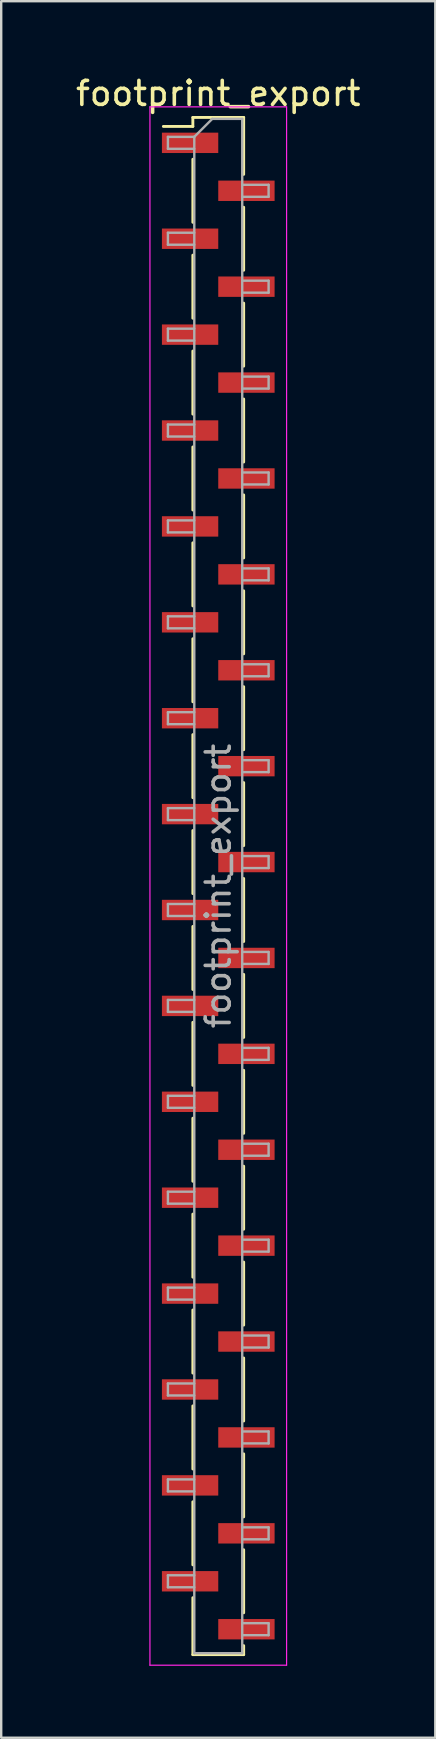
<source format=kicad_pcb>
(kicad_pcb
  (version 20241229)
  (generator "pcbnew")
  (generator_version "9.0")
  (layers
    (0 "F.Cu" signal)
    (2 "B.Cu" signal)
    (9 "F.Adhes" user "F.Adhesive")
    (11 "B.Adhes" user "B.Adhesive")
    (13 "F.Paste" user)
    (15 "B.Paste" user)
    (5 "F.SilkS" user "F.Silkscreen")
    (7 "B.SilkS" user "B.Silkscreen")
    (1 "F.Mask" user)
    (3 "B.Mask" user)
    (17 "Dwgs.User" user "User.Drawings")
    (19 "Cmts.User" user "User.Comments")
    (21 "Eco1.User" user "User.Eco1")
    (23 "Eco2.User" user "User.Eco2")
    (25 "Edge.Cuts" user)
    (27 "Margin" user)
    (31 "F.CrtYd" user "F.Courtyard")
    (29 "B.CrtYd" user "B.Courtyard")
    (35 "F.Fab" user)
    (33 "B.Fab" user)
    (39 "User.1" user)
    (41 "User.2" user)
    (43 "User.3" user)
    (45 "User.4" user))
  (footprint "footprint_export"
    (layer "F.Cu")
    (at 6.054 33.908)
    (property "Reference" "footprint_export" (at 0 -33.06 0) (layer "F.SilkS") (effects (font (size 1 1) (thickness 0.15))))
    (attr smd)
    (fp_line (start -1.06 -32.06) (end -1.06 -31.685) (stroke (width 0.12) (type solid)) (layer "F.SilkS"))
    (fp_line (start -1.06 -32.06) (end 1.06 -32.06) (stroke (width 0.12) (type solid)) (layer "F.SilkS"))
    (fp_line (start -1.06 -31.685) (end -2.29 -31.685) (stroke (width 0.12) (type solid)) (layer "F.SilkS"))
    (fp_line (start -1.06 -30.315) (end -1.06 -27.685) (stroke (width 0.12) (type solid)) (layer "F.SilkS"))
    (fp_line (start -1.06 -26.315) (end -1.06 -23.685) (stroke (width 0.12) (type solid)) (layer "F.SilkS"))
    (fp_line (start -1.06 -22.315) (end -1.06 -19.685) (stroke (width 0.12) (type solid)) (layer "F.SilkS"))
    (fp_line (start -1.06 -18.315) (end -1.06 -15.685) (stroke (width 0.12) (type solid)) (layer "F.SilkS"))
    (fp_line (start -1.06 -14.315) (end -1.06 -11.685) (stroke (width 0.12) (type solid)) (layer "F.SilkS"))
    (fp_line (start -1.06 -10.315) (end -1.06 -7.685) (stroke (width 0.12) (type solid)) (layer "F.SilkS"))
    (fp_line (start -1.06 -6.315) (end -1.06 -3.685) (stroke (width 0.12) (type solid)) (layer "F.SilkS"))
    (fp_line (start -1.06 -2.315) (end -1.06 0.315) (stroke (width 0.12) (type solid)) (layer "F.SilkS"))
    (fp_line (start -1.06 1.685) (end -1.06 4.315) (stroke (width 0.12) (type solid)) (layer "F.SilkS"))
    (fp_line (start -1.06 5.685) (end -1.06 8.315) (stroke (width 0.12) (type solid)) (layer "F.SilkS"))
    (fp_line (start -1.06 9.685) (end -1.06 12.315) (stroke (width 0.12) (type solid)) (layer "F.SilkS"))
    (fp_line (start -1.06 13.685) (end -1.06 16.315) (stroke (width 0.12) (type solid)) (layer "F.SilkS"))
    (fp_line (start -1.06 17.685) (end -1.06 20.315) (stroke (width 0.12) (type solid)) (layer "F.SilkS"))
    (fp_line (start -1.06 21.685) (end -1.06 24.315) (stroke (width 0.12) (type solid)) (layer "F.SilkS"))
    (fp_line (start -1.06 25.685) (end -1.06 28.315) (stroke (width 0.12) (type solid)) (layer "F.SilkS"))
    (fp_line (start -1.06 29.685) (end -1.06 32.06) (stroke (width 0.12) (type solid)) (layer "F.SilkS"))
    (fp_line (start -1.06 32.06) (end 1.06 32.06) (stroke (width 0.12) (type solid)) (layer "F.SilkS"))
    (fp_line (start 1.06 -32.06) (end 1.06 -29.685) (stroke (width 0.12) (type solid)) (layer "F.SilkS"))
    (fp_line (start 1.06 -28.315) (end 1.06 -25.685) (stroke (width 0.12) (type solid)) (layer "F.SilkS"))
    (fp_line (start 1.06 -24.315) (end 1.06 -21.685) (stroke (width 0.12) (type solid)) (layer "F.SilkS"))
    (fp_line (start 1.06 -20.315) (end 1.06 -17.685) (stroke (width 0.12) (type solid)) (layer "F.SilkS"))
    (fp_line (start 1.06 -16.315) (end 1.06 -13.685) (stroke (width 0.12) (type solid)) (layer "F.SilkS"))
    (fp_line (start 1.06 -12.315) (end 1.06 -9.685) (stroke (width 0.12) (type solid)) (layer "F.SilkS"))
    (fp_line (start 1.06 -8.315) (end 1.06 -5.685) (stroke (width 0.12) (type solid)) (layer "F.SilkS"))
    (fp_line (start 1.06 -4.315) (end 1.06 -1.685) (stroke (width 0.12) (type solid)) (layer "F.SilkS"))
    (fp_line (start 1.06 -0.315) (end 1.06 2.315) (stroke (width 0.12) (type solid)) (layer "F.SilkS"))
    (fp_line (start 1.06 3.685) (end 1.06 6.315) (stroke (width 0.12) (type solid)) (layer "F.SilkS"))
    (fp_line (start 1.06 7.685) (end 1.06 10.315) (stroke (width 0.12) (type solid)) (layer "F.SilkS"))
    (fp_line (start 1.06 11.685) (end 1.06 14.315) (stroke (width 0.12) (type solid)) (layer "F.SilkS"))
    (fp_line (start 1.06 15.685) (end 1.06 18.315) (stroke (width 0.12) (type solid)) (layer "F.SilkS"))
    (fp_line (start 1.06 19.685) (end 1.06 22.315) (stroke (width 0.12) (type solid)) (layer "F.SilkS"))
    (fp_line (start 1.06 23.685) (end 1.06 26.315) (stroke (width 0.12) (type solid)) (layer "F.SilkS"))
    (fp_line (start 1.06 27.685) (end 1.06 30.315) (stroke (width 0.12) (type solid)) (layer "F.SilkS"))
    (fp_line (start 1.06 31.685) (end 1.06 32.06) (stroke (width 0.12) (type solid)) (layer "F.SilkS"))
    (fp_line (start -2.85 -32.5) (end -2.85 32.5) (stroke (width 0.05) (type solid)) (layer "F.CrtYd"))
    (fp_line (start -2.85 32.5) (end 2.85 32.5) (stroke (width 0.05) (type solid)) (layer "F.CrtYd"))
    (fp_line (start 2.85 -32.5) (end -2.85 -32.5) (stroke (width 0.05) (type solid)) (layer "F.CrtYd"))
    (fp_line (start 2.85 32.5) (end 2.85 -32.5) (stroke (width 0.05) (type solid)) (layer "F.CrtYd"))
    (fp_line (start -2.1 -31.25) (end -2.1 -30.75) (stroke (width 0.1) (type solid)) (layer "F.Fab"))
    (fp_line (start -2.1 -30.75) (end -1 -30.75) (stroke (width 0.1) (type solid)) (layer "F.Fab"))
    (fp_line (start -2.1 -27.25) (end -2.1 -26.75) (stroke (width 0.1) (type solid)) (layer "F.Fab"))
    (fp_line (start -2.1 -26.75) (end -1 -26.75) (stroke (width 0.1) (type solid)) (layer "F.Fab"))
    (fp_line (start -2.1 -23.25) (end -2.1 -22.75) (stroke (width 0.1) (type solid)) (layer "F.Fab"))
    (fp_line (start -2.1 -22.75) (end -1 -22.75) (stroke (width 0.1) (type solid)) (layer "F.Fab"))
    (fp_line (start -2.1 -19.25) (end -2.1 -18.75) (stroke (width 0.1) (type solid)) (layer "F.Fab"))
    (fp_line (start -2.1 -18.75) (end -1 -18.75) (stroke (width 0.1) (type solid)) (layer "F.Fab"))
    (fp_line (start -2.1 -15.25) (end -2.1 -14.75) (stroke (width 0.1) (type solid)) (layer "F.Fab"))
    (fp_line (start -2.1 -14.75) (end -1 -14.75) (stroke (width 0.1) (type solid)) (layer "F.Fab"))
    (fp_line (start -2.1 -11.25) (end -2.1 -10.75) (stroke (width 0.1) (type solid)) (layer "F.Fab"))
    (fp_line (start -2.1 -10.75) (end -1 -10.75) (stroke (width 0.1) (type solid)) (layer "F.Fab"))
    (fp_line (start -2.1 -7.25) (end -2.1 -6.75) (stroke (width 0.1) (type solid)) (layer "F.Fab"))
    (fp_line (start -2.1 -6.75) (end -1 -6.75) (stroke (width 0.1) (type solid)) (layer "F.Fab"))
    (fp_line (start -2.1 -3.25) (end -2.1 -2.75) (stroke (width 0.1) (type solid)) (layer "F.Fab"))
    (fp_line (start -2.1 -2.75) (end -1 -2.75) (stroke (width 0.1) (type solid)) (layer "F.Fab"))
    (fp_line (start -2.1 0.75) (end -2.1 1.25) (stroke (width 0.1) (type solid)) (layer "F.Fab"))
    (fp_line (start -2.1 1.25) (end -1 1.25) (stroke (width 0.1) (type solid)) (layer "F.Fab"))
    (fp_line (start -2.1 4.75) (end -2.1 5.25) (stroke (width 0.1) (type solid)) (layer "F.Fab"))
    (fp_line (start -2.1 5.25) (end -1 5.25) (stroke (width 0.1) (type solid)) (layer "F.Fab"))
    (fp_line (start -2.1 8.75) (end -2.1 9.25) (stroke (width 0.1) (type solid)) (layer "F.Fab"))
    (fp_line (start -2.1 9.25) (end -1 9.25) (stroke (width 0.1) (type solid)) (layer "F.Fab"))
    (fp_line (start -2.1 12.75) (end -2.1 13.25) (stroke (width 0.1) (type solid)) (layer "F.Fab"))
    (fp_line (start -2.1 13.25) (end -1 13.25) (stroke (width 0.1) (type solid)) (layer "F.Fab"))
    (fp_line (start -2.1 16.75) (end -2.1 17.25) (stroke (width 0.1) (type solid)) (layer "F.Fab"))
    (fp_line (start -2.1 17.25) (end -1 17.25) (stroke (width 0.1) (type solid)) (layer "F.Fab"))
    (fp_line (start -2.1 20.75) (end -2.1 21.25) (stroke (width 0.1) (type solid)) (layer "F.Fab"))
    (fp_line (start -2.1 21.25) (end -1 21.25) (stroke (width 0.1) (type solid)) (layer "F.Fab"))
    (fp_line (start -2.1 24.75) (end -2.1 25.25) (stroke (width 0.1) (type solid)) (layer "F.Fab"))
    (fp_line (start -2.1 25.25) (end -1 25.25) (stroke (width 0.1) (type solid)) (layer "F.Fab"))
    (fp_line (start -2.1 28.75) (end -2.1 29.25) (stroke (width 0.1) (type solid)) (layer "F.Fab"))
    (fp_line (start -2.1 29.25) (end -1 29.25) (stroke (width 0.1) (type solid)) (layer "F.Fab"))
    (fp_line (start -1 -31.25) (end -2.1 -31.25) (stroke (width 0.1) (type solid)) (layer "F.Fab"))
    (fp_line (start -1 -31.25) (end -0.25 -32) (stroke (width 0.1) (type solid)) (layer "F.Fab"))
    (fp_line (start -1 -27.25) (end -2.1 -27.25) (stroke (width 0.1) (type solid)) (layer "F.Fab"))
    (fp_line (start -1 -23.25) (end -2.1 -23.25) (stroke (width 0.1) (type solid)) (layer "F.Fab"))
    (fp_line (start -1 -19.25) (end -2.1 -19.25) (stroke (width 0.1) (type solid)) (layer "F.Fab"))
    (fp_line (start -1 -15.25) (end -2.1 -15.25) (stroke (width 0.1) (type solid)) (layer "F.Fab"))
    (fp_line (start -1 -11.25) (end -2.1 -11.25) (stroke (width 0.1) (type solid)) (layer "F.Fab"))
    (fp_line (start -1 -7.25) (end -2.1 -7.25) (stroke (width 0.1) (type solid)) (layer "F.Fab"))
    (fp_line (start -1 -3.25) (end -2.1 -3.25) (stroke (width 0.1) (type solid)) (layer "F.Fab"))
    (fp_line (start -1 0.75) (end -2.1 0.75) (stroke (width 0.1) (type solid)) (layer "F.Fab"))
    (fp_line (start -1 4.75) (end -2.1 4.75) (stroke (width 0.1) (type solid)) (layer "F.Fab"))
    (fp_line (start -1 8.75) (end -2.1 8.75) (stroke (width 0.1) (type solid)) (layer "F.Fab"))
    (fp_line (start -1 12.75) (end -2.1 12.75) (stroke (width 0.1) (type solid)) (layer "F.Fab"))
    (fp_line (start -1 16.75) (end -2.1 16.75) (stroke (width 0.1) (type solid)) (layer "F.Fab"))
    (fp_line (start -1 20.75) (end -2.1 20.75) (stroke (width 0.1) (type solid)) (layer "F.Fab"))
    (fp_line (start -1 24.75) (end -2.1 24.75) (stroke (width 0.1) (type solid)) (layer "F.Fab"))
    (fp_line (start -1 28.75) (end -2.1 28.75) (stroke (width 0.1) (type solid)) (layer "F.Fab"))
    (fp_line (start -1 32) (end -1 -31.25) (stroke (width 0.1) (type solid)) (layer "F.Fab"))
    (fp_line (start -0.25 -32) (end 1 -32) (stroke (width 0.1) (type solid)) (layer "F.Fab"))
    (fp_line (start 1 -32) (end 1 32) (stroke (width 0.1) (type solid)) (layer "F.Fab"))
    (fp_line (start 1 -29.25) (end 2.1 -29.25) (stroke (width 0.1) (type solid)) (layer "F.Fab"))
    (fp_line (start 1 -25.25) (end 2.1 -25.25) (stroke (width 0.1) (type solid)) (layer "F.Fab"))
    (fp_line (start 1 -21.25) (end 2.1 -21.25) (stroke (width 0.1) (type solid)) (layer "F.Fab"))
    (fp_line (start 1 -17.25) (end 2.1 -17.25) (stroke (width 0.1) (type solid)) (layer "F.Fab"))
    (fp_line (start 1 -13.25) (end 2.1 -13.25) (stroke (width 0.1) (type solid)) (layer "F.Fab"))
    (fp_line (start 1 -9.25) (end 2.1 -9.25) (stroke (width 0.1) (type solid)) (layer "F.Fab"))
    (fp_line (start 1 -5.25) (end 2.1 -5.25) (stroke (width 0.1) (type solid)) (layer "F.Fab"))
    (fp_line (start 1 -1.25) (end 2.1 -1.25) (stroke (width 0.1) (type solid)) (layer "F.Fab"))
    (fp_line (start 1 2.75) (end 2.1 2.75) (stroke (width 0.1) (type solid)) (layer "F.Fab"))
    (fp_line (start 1 6.75) (end 2.1 6.75) (stroke (width 0.1) (type solid)) (layer "F.Fab"))
    (fp_line (start 1 10.75) (end 2.1 10.75) (stroke (width 0.1) (type solid)) (layer "F.Fab"))
    (fp_line (start 1 14.75) (end 2.1 14.75) (stroke (width 0.1) (type solid)) (layer "F.Fab"))
    (fp_line (start 1 18.75) (end 2.1 18.75) (stroke (width 0.1) (type solid)) (layer "F.Fab"))
    (fp_line (start 1 22.75) (end 2.1 22.75) (stroke (width 0.1) (type solid)) (layer "F.Fab"))
    (fp_line (start 1 26.75) (end 2.1 26.75) (stroke (width 0.1) (type solid)) (layer "F.Fab"))
    (fp_line (start 1 30.75) (end 2.1 30.75) (stroke (width 0.1) (type solid)) (layer "F.Fab"))
    (fp_line (start 1 32) (end -1 32) (stroke (width 0.1) (type solid)) (layer "F.Fab"))
    (fp_line (start 2.1 -29.25) (end 2.1 -28.75) (stroke (width 0.1) (type solid)) (layer "F.Fab"))
    (fp_line (start 2.1 -28.75) (end 1 -28.75) (stroke (width 0.1) (type solid)) (layer "F.Fab"))
    (fp_line (start 2.1 -25.25) (end 2.1 -24.75) (stroke (width 0.1) (type solid)) (layer "F.Fab"))
    (fp_line (start 2.1 -24.75) (end 1 -24.75) (stroke (width 0.1) (type solid)) (layer "F.Fab"))
    (fp_line (start 2.1 -21.25) (end 2.1 -20.75) (stroke (width 0.1) (type solid)) (layer "F.Fab"))
    (fp_line (start 2.1 -20.75) (end 1 -20.75) (stroke (width 0.1) (type solid)) (layer "F.Fab"))
    (fp_line (start 2.1 -17.25) (end 2.1 -16.75) (stroke (width 0.1) (type solid)) (layer "F.Fab"))
    (fp_line (start 2.1 -16.75) (end 1 -16.75) (stroke (width 0.1) (type solid)) (layer "F.Fab"))
    (fp_line (start 2.1 -13.25) (end 2.1 -12.75) (stroke (width 0.1) (type solid)) (layer "F.Fab"))
    (fp_line (start 2.1 -12.75) (end 1 -12.75) (stroke (width 0.1) (type solid)) (layer "F.Fab"))
    (fp_line (start 2.1 -9.25) (end 2.1 -8.75) (stroke (width 0.1) (type solid)) (layer "F.Fab"))
    (fp_line (start 2.1 -8.75) (end 1 -8.75) (stroke (width 0.1) (type solid)) (layer "F.Fab"))
    (fp_line (start 2.1 -5.25) (end 2.1 -4.75) (stroke (width 0.1) (type solid)) (layer "F.Fab"))
    (fp_line (start 2.1 -4.75) (end 1 -4.75) (stroke (width 0.1) (type solid)) (layer "F.Fab"))
    (fp_line (start 2.1 -1.25) (end 2.1 -0.75) (stroke (width 0.1) (type solid)) (layer "F.Fab"))
    (fp_line (start 2.1 -0.75) (end 1 -0.75) (stroke (width 0.1) (type solid)) (layer "F.Fab"))
    (fp_line (start 2.1 2.75) (end 2.1 3.25) (stroke (width 0.1) (type solid)) (layer "F.Fab"))
    (fp_line (start 2.1 3.25) (end 1 3.25) (stroke (width 0.1) (type solid)) (layer "F.Fab"))
    (fp_line (start 2.1 6.75) (end 2.1 7.25) (stroke (width 0.1) (type solid)) (layer "F.Fab"))
    (fp_line (start 2.1 7.25) (end 1 7.25) (stroke (width 0.1) (type solid)) (layer "F.Fab"))
    (fp_line (start 2.1 10.75) (end 2.1 11.25) (stroke (width 0.1) (type solid)) (layer "F.Fab"))
    (fp_line (start 2.1 11.25) (end 1 11.25) (stroke (width 0.1) (type solid)) (layer "F.Fab"))
    (fp_line (start 2.1 14.75) (end 2.1 15.25) (stroke (width 0.1) (type solid)) (layer "F.Fab"))
    (fp_line (start 2.1 15.25) (end 1 15.25) (stroke (width 0.1) (type solid)) (layer "F.Fab"))
    (fp_line (start 2.1 18.75) (end 2.1 19.25) (stroke (width 0.1) (type solid)) (layer "F.Fab"))
    (fp_line (start 2.1 19.25) (end 1 19.25) (stroke (width 0.1) (type solid)) (layer "F.Fab"))
    (fp_line (start 2.1 22.75) (end 2.1 23.25) (stroke (width 0.1) (type solid)) (layer "F.Fab"))
    (fp_line (start 2.1 23.25) (end 1 23.25) (stroke (width 0.1) (type solid)) (layer "F.Fab"))
    (fp_line (start 2.1 26.75) (end 2.1 27.25) (stroke (width 0.1) (type solid)) (layer "F.Fab"))
    (fp_line (start 2.1 27.25) (end 1 27.25) (stroke (width 0.1) (type solid)) (layer "F.Fab"))
    (fp_line (start 2.1 30.75) (end 2.1 31.25) (stroke (width 0.1) (type solid)) (layer "F.Fab"))
    (fp_line (start 2.1 31.25) (end 1 31.25) (stroke (width 0.1) (type solid)) (layer "F.Fab"))
    (fp_text user "${REFERENCE}" (at 0 0 90) (layer "F.Fab") (effects (font (size 1 1) (thickness 0.15))))
    (pad "1" smd rect (at -1.175 -31) (size 2.35 0.85) (layers "F.Cu" "F.Mask" "F.Paste"))
    (pad "2" smd rect (at 1.175 -29) (size 2.35 0.85) (layers "F.Cu" "F.Mask" "F.Paste"))
    (pad "3" smd rect (at -1.175 -27) (size 2.35 0.85) (layers "F.Cu" "F.Mask" "F.Paste"))
    (pad "4" smd rect (at 1.175 -25) (size 2.35 0.85) (layers "F.Cu" "F.Mask" "F.Paste"))
    (pad "5" smd rect (at -1.175 -23) (size 2.35 0.85) (layers "F.Cu" "F.Mask" "F.Paste"))
    (pad "6" smd rect (at 1.175 -21) (size 2.35 0.85) (layers "F.Cu" "F.Mask" "F.Paste"))
    (pad "7" smd rect (at -1.175 -19) (size 2.35 0.85) (layers "F.Cu" "F.Mask" "F.Paste"))
    (pad "8" smd rect (at 1.175 -17) (size 2.35 0.85) (layers "F.Cu" "F.Mask" "F.Paste"))
    (pad "9" smd rect (at -1.175 -15) (size 2.35 0.85) (layers "F.Cu" "F.Mask" "F.Paste"))
    (pad "10" smd rect (at 1.175 -13) (size 2.35 0.85) (layers "F.Cu" "F.Mask" "F.Paste"))
    (pad "11" smd rect (at -1.175 -11) (size 2.35 0.85) (layers "F.Cu" "F.Mask" "F.Paste"))
    (pad "12" smd rect (at 1.175 -9) (size 2.35 0.85) (layers "F.Cu" "F.Mask" "F.Paste"))
    (pad "13" smd rect (at -1.175 -7) (size 2.35 0.85) (layers "F.Cu" "F.Mask" "F.Paste"))
    (pad "14" smd rect (at 1.175 -5) (size 2.35 0.85) (layers "F.Cu" "F.Mask" "F.Paste"))
    (pad "15" smd rect (at -1.175 -3) (size 2.35 0.85) (layers "F.Cu" "F.Mask" "F.Paste"))
    (pad "16" smd rect (at 1.175 -1) (size 2.35 0.85) (layers "F.Cu" "F.Mask" "F.Paste"))
    (pad "17" smd rect (at -1.175 1) (size 2.35 0.85) (layers "F.Cu" "F.Mask" "F.Paste"))
    (pad "18" smd rect (at 1.175 3) (size 2.35 0.85) (layers "F.Cu" "F.Mask" "F.Paste"))
    (pad "19" smd rect (at -1.175 5) (size 2.35 0.85) (layers "F.Cu" "F.Mask" "F.Paste"))
    (pad "20" smd rect (at 1.175 7) (size 2.35 0.85) (layers "F.Cu" "F.Mask" "F.Paste"))
    (pad "21" smd rect (at -1.175 9) (size 2.35 0.85) (layers "F.Cu" "F.Mask" "F.Paste"))
    (pad "22" smd rect (at 1.175 11) (size 2.35 0.85) (layers "F.Cu" "F.Mask" "F.Paste"))
    (pad "23" smd rect (at -1.175 13) (size 2.35 0.85) (layers "F.Cu" "F.Mask" "F.Paste"))
    (pad "24" smd rect (at 1.175 15) (size 2.35 0.85) (layers "F.Cu" "F.Mask" "F.Paste"))
    (pad "25" smd rect (at -1.175 17) (size 2.35 0.85) (layers "F.Cu" "F.Mask" "F.Paste"))
    (pad "26" smd rect (at 1.175 19) (size 2.35 0.85) (layers "F.Cu" "F.Mask" "F.Paste"))
    (pad "27" smd rect (at -1.175 21) (size 2.35 0.85) (layers "F.Cu" "F.Mask" "F.Paste"))
    (pad "28" smd rect (at 1.175 23) (size 2.35 0.85) (layers "F.Cu" "F.Mask" "F.Paste"))
    (pad "29" smd rect (at -1.175 25) (size 2.35 0.85) (layers "F.Cu" "F.Mask" "F.Paste"))
    (pad "30" smd rect (at 1.175 27) (size 2.35 0.85) (layers "F.Cu" "F.Mask" "F.Paste"))
    (pad "31" smd rect (at -1.175 29) (size 2.35 0.85) (layers "F.Cu" "F.Mask" "F.Paste"))
    (pad "32" smd rect (at 1.175 31) (size 2.35 0.85) (layers "F.Cu" "F.Mask" "F.Paste")))
  (gr_rect
    (start -3 -3)
    (end 15.107 69.433)
    (stroke (width 0.1) (type default))
    (fill no)
    (layer "Edge.Cuts")))
</source>
